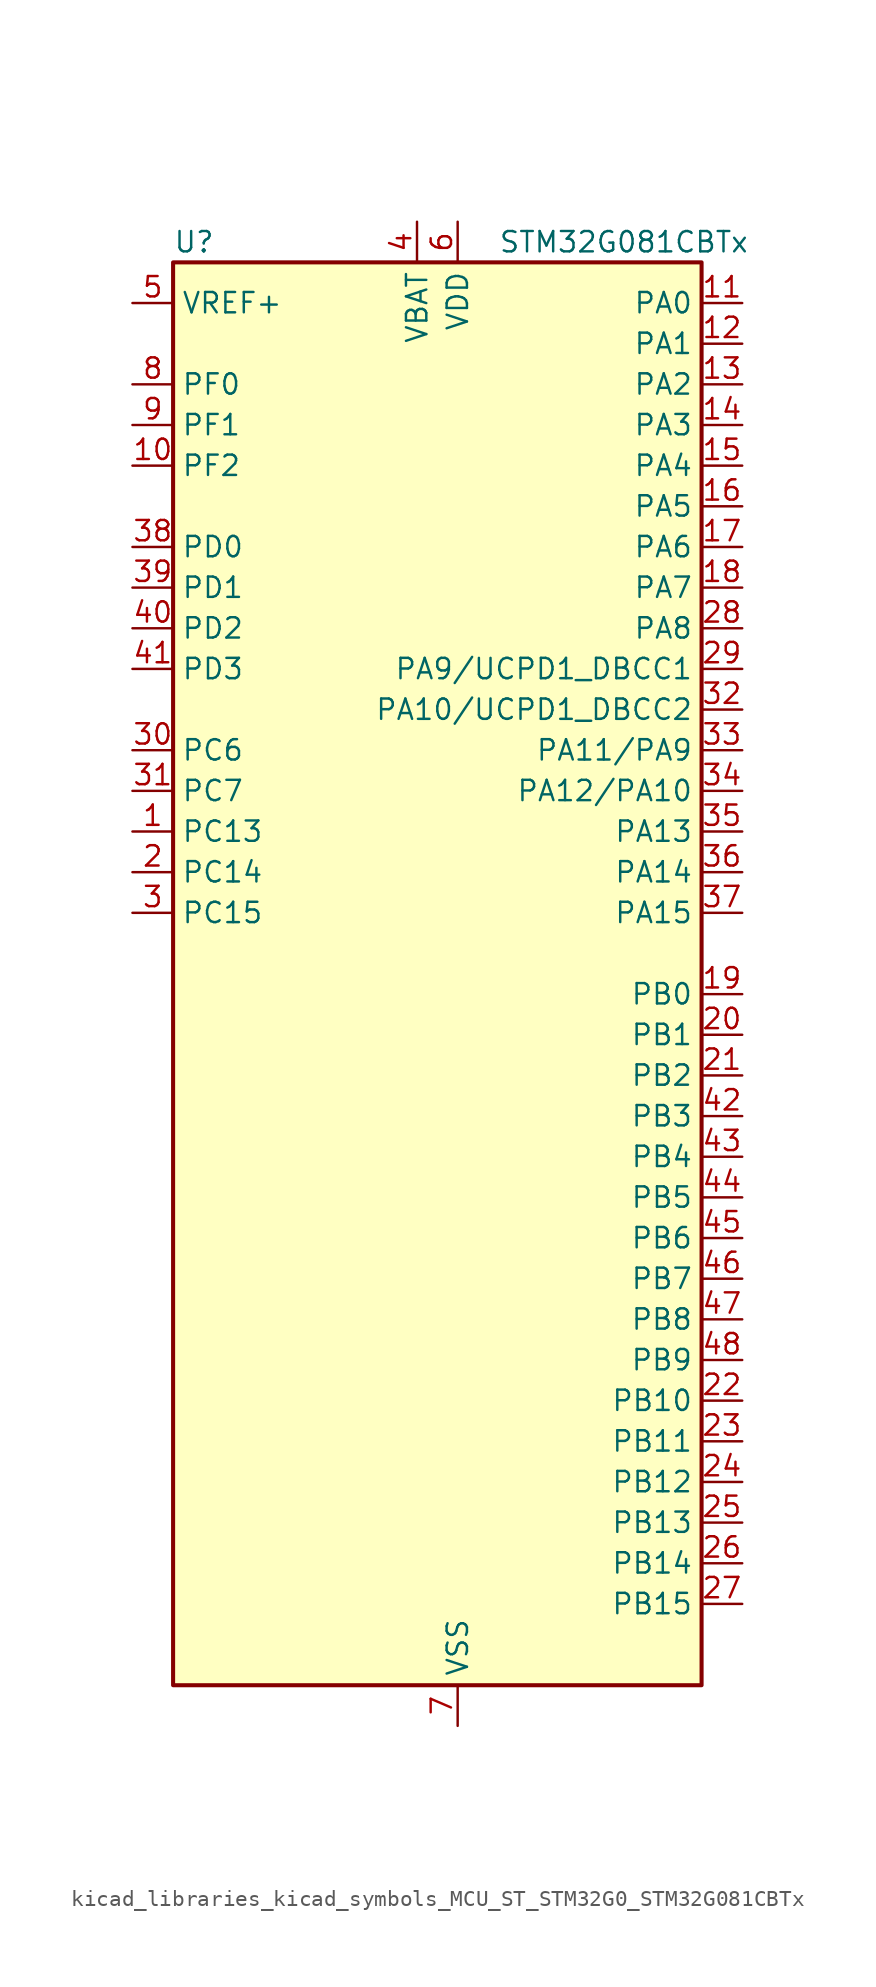
<source format=kicad_sym>
(kicad_symbol_lib
  (version 20220914)
  (generator kicad_symbol_editor)
  (symbol "kicad_libraries_kicad_symbols_MCU_ST_STM32G0_STM32G081CBTx"
    (property "Reference" "U"
      (at -15.24 46.99 0)
      (effects (font (size 1.27 1.27)) (justify left)))
    (property "Value" "STM32G081CBTx"
      (at 5.08 46.99 0)
      (effects (font (size 1.27 1.27)) (justify left)))
    (property "ki_locked" ""
      (at 0 0 0)
      (effects (font (size 1.27 1.27))))
    (symbol "kicad_libraries_kicad_symbols_MCU_ST_STM32G0_STM32G081CBTx_0_1"
      (rectangle (start -15.24 -43.18) (end 17.78 45.72) (stroke (width 0.254) (type default)) (fill (type background))))
    (symbol "kicad_libraries_kicad_symbols_MCU_ST_STM32G0_STM32G081CBTx_1_1"
      (pin bidirectional line (at -17.78 10.16 0) (length 2.54) (name "PC13" (effects (font (size 1.27 1.27)))) (number "1" (effects (font (size 1.27 1.27)))) (alternate "RTC_OUT_ALARM" bidirectional line) (alternate "RTC_OUT_CALIB" bidirectional line) (alternate "RTC_TAMP_IN1" bidirectional line) (alternate "RTC_TS" bidirectional line) (alternate "SYS_WKUP2" bidirectional line) (alternate "TIM1_BK" bidirectional line))
      (pin bidirectional line (at -17.78 33.02 0) (length 2.54) (name "PF2" (effects (font (size 1.27 1.27)))) (number "10" (effects (font (size 1.27 1.27)))) (alternate "RCC_MCO" bidirectional line))
      (pin bidirectional line (at 20.32 43.18 180) (length 2.54) (name "PA0" (effects (font (size 1.27 1.27)))) (number "11" (effects (font (size 1.27 1.27)))) (alternate "ADC1_IN0" bidirectional line) (alternate "COMP1_INM" bidirectional line) (alternate "COMP1_OUT" bidirectional line) (alternate "LPTIM1_OUT" bidirectional line) (alternate "RTC_TAMP_IN2" bidirectional line) (alternate "SPI2_SCK" bidirectional line) (alternate "SYS_WKUP1" bidirectional line) (alternate "TIM2_CH1" bidirectional line) (alternate "TIM2_ETR" bidirectional line) (alternate "UCPD2_FRSTX1" bidirectional line) (alternate "UCPD2_FRSTX2" bidirectional line) (alternate "USART2_CTS" bidirectional line) (alternate "USART2_NSS" bidirectional line) (alternate "USART4_TX" bidirectional line))
      (pin bidirectional line (at 20.32 40.64 180) (length 2.54) (name "PA1" (effects (font (size 1.27 1.27)))) (number "12" (effects (font (size 1.27 1.27)))) (alternate "ADC1_IN1" bidirectional line) (alternate "COMP1_INP" bidirectional line) (alternate "I2C1_SMBA" bidirectional line) (alternate "I2S1_CK" bidirectional line) (alternate "SPI1_SCK" bidirectional line) (alternate "TIM15_CH1N" bidirectional line) (alternate "TIM2_CH2" bidirectional line) (alternate "USART2_CK" bidirectional line) (alternate "USART2_DE" bidirectional line) (alternate "USART2_RTS" bidirectional line) (alternate "USART4_RX" bidirectional line))
      (pin bidirectional line (at 20.32 38.1 180) (length 2.54) (name "PA2" (effects (font (size 1.27 1.27)))) (number "13" (effects (font (size 1.27 1.27)))) (alternate "ADC1_IN2" bidirectional line) (alternate "COMP2_INM" bidirectional line) (alternate "COMP2_OUT" bidirectional line) (alternate "I2S1_SD" bidirectional line) (alternate "LPUART1_TX" bidirectional line) (alternate "RCC_LSCO" bidirectional line) (alternate "SPI1_MOSI" bidirectional line) (alternate "SYS_WKUP4" bidirectional line) (alternate "TIM15_CH1" bidirectional line) (alternate "TIM2_CH3" bidirectional line) (alternate "UCPD1_FRSTX1" bidirectional line) (alternate "UCPD1_FRSTX2" bidirectional line) (alternate "USART2_TX" bidirectional line))
      (pin bidirectional line (at 20.32 35.56 180) (length 2.54) (name "PA3" (effects (font (size 1.27 1.27)))) (number "14" (effects (font (size 1.27 1.27)))) (alternate "ADC1_IN3" bidirectional line) (alternate "COMP2_INP" bidirectional line) (alternate "LPUART1_RX" bidirectional line) (alternate "SPI2_MISO" bidirectional line) (alternate "TIM15_CH2" bidirectional line) (alternate "TIM2_CH4" bidirectional line) (alternate "UCPD2_FRSTX1" bidirectional line) (alternate "UCPD2_FRSTX2" bidirectional line) (alternate "USART2_RX" bidirectional line))
      (pin bidirectional line (at 20.32 33.02 180) (length 2.54) (name "PA4" (effects (font (size 1.27 1.27)))) (number "15" (effects (font (size 1.27 1.27)))) (alternate "ADC1_IN4" bidirectional line) (alternate "DAC1_OUT1" bidirectional line) (alternate "I2S1_WS" bidirectional line) (alternate "LPTIM2_OUT" bidirectional line) (alternate "RTC_OUT_ALARM" bidirectional line) (alternate "RTC_OUT_CALIB" bidirectional line) (alternate "SPI1_NSS" bidirectional line) (alternate "SPI2_MOSI" bidirectional line) (alternate "TIM14_CH1" bidirectional line) (alternate "UCPD2_FRSTX1" bidirectional line) (alternate "UCPD2_FRSTX2" bidirectional line))
      (pin bidirectional line (at 20.32 30.48 180) (length 2.54) (name "PA5" (effects (font (size 1.27 1.27)))) (number "16" (effects (font (size 1.27 1.27)))) (alternate "ADC1_IN5" bidirectional line) (alternate "CEC" bidirectional line) (alternate "DAC1_OUT2" bidirectional line) (alternate "I2S1_CK" bidirectional line) (alternate "LPTIM2_ETR" bidirectional line) (alternate "SPI1_SCK" bidirectional line) (alternate "TIM2_CH1" bidirectional line) (alternate "TIM2_ETR" bidirectional line) (alternate "UCPD1_FRSTX1" bidirectional line) (alternate "UCPD1_FRSTX2" bidirectional line) (alternate "USART3_TX" bidirectional line))
      (pin bidirectional line (at 20.32 27.94 180) (length 2.54) (name "PA6" (effects (font (size 1.27 1.27)))) (number "17" (effects (font (size 1.27 1.27)))) (alternate "ADC1_IN6" bidirectional line) (alternate "COMP1_OUT" bidirectional line) (alternate "I2S1_MCK" bidirectional line) (alternate "LPUART1_CTS" bidirectional line) (alternate "SPI1_MISO" bidirectional line) (alternate "TIM16_CH1" bidirectional line) (alternate "TIM1_BK" bidirectional line) (alternate "TIM3_CH1" bidirectional line) (alternate "USART3_CTS" bidirectional line) (alternate "USART3_NSS" bidirectional line))
      (pin bidirectional line (at 20.32 25.4 180) (length 2.54) (name "PA7" (effects (font (size 1.27 1.27)))) (number "18" (effects (font (size 1.27 1.27)))) (alternate "ADC1_IN7" bidirectional line) (alternate "COMP2_OUT" bidirectional line) (alternate "I2S1_SD" bidirectional line) (alternate "SPI1_MOSI" bidirectional line) (alternate "TIM14_CH1" bidirectional line) (alternate "TIM17_CH1" bidirectional line) (alternate "TIM1_CH1N" bidirectional line) (alternate "TIM3_CH2" bidirectional line) (alternate "UCPD1_FRSTX1" bidirectional line) (alternate "UCPD1_FRSTX2" bidirectional line))
      (pin bidirectional line (at 20.32 0 180) (length 2.54) (name "PB0" (effects (font (size 1.27 1.27)))) (number "19" (effects (font (size 1.27 1.27)))) (alternate "ADC1_IN8" bidirectional line) (alternate "COMP1_OUT" bidirectional line) (alternate "I2S1_WS" bidirectional line) (alternate "LPTIM1_OUT" bidirectional line) (alternate "SPI1_NSS" bidirectional line) (alternate "TIM1_CH2N" bidirectional line) (alternate "TIM3_CH3" bidirectional line) (alternate "UCPD1_FRSTX1" bidirectional line) (alternate "UCPD1_FRSTX2" bidirectional line) (alternate "USART3_RX" bidirectional line))
      (pin bidirectional line (at -17.78 7.62 0) (length 2.54) (name "PC14" (effects (font (size 1.27 1.27)))) (number "2" (effects (font (size 1.27 1.27)))) (alternate "RCC_OSC32_IN" bidirectional line) (alternate "TIM1_BK2" bidirectional line))
      (pin bidirectional line (at 20.32 -2.54 180) (length 2.54) (name "PB1" (effects (font (size 1.27 1.27)))) (number "20" (effects (font (size 1.27 1.27)))) (alternate "ADC1_IN9" bidirectional line) (alternate "COMP1_INM" bidirectional line) (alternate "LPTIM2_IN1" bidirectional line) (alternate "LPUART1_DE" bidirectional line) (alternate "LPUART1_RTS" bidirectional line) (alternate "TIM14_CH1" bidirectional line) (alternate "TIM1_CH3N" bidirectional line) (alternate "TIM3_CH4" bidirectional line) (alternate "USART3_CK" bidirectional line) (alternate "USART3_DE" bidirectional line) (alternate "USART3_RTS" bidirectional line))
      (pin bidirectional line (at 20.32 -5.08 180) (length 2.54) (name "PB2" (effects (font (size 1.27 1.27)))) (number "21" (effects (font (size 1.27 1.27)))) (alternate "ADC1_IN10" bidirectional line) (alternate "COMP1_INP" bidirectional line) (alternate "LPTIM1_OUT" bidirectional line) (alternate "SPI2_MISO" bidirectional line) (alternate "USART3_TX" bidirectional line))
      (pin bidirectional line (at 20.32 -25.4 180) (length 2.54) (name "PB10" (effects (font (size 1.27 1.27)))) (number "22" (effects (font (size 1.27 1.27)))) (alternate "ADC1_IN11" bidirectional line) (alternate "CEC" bidirectional line) (alternate "COMP1_OUT" bidirectional line) (alternate "I2C2_SCL" bidirectional line) (alternate "LPUART1_RX" bidirectional line) (alternate "SPI2_SCK" bidirectional line) (alternate "TIM2_CH3" bidirectional line) (alternate "USART3_TX" bidirectional line))
      (pin bidirectional line (at 20.32 -27.94 180) (length 2.54) (name "PB11" (effects (font (size 1.27 1.27)))) (number "23" (effects (font (size 1.27 1.27)))) (alternate "ADC1_EXTI11" bidirectional line) (alternate "ADC1_IN15" bidirectional line) (alternate "COMP2_OUT" bidirectional line) (alternate "I2C2_SDA" bidirectional line) (alternate "LPUART1_TX" bidirectional line) (alternate "SPI2_MOSI" bidirectional line) (alternate "TIM2_CH4" bidirectional line) (alternate "USART3_RX" bidirectional line))
      (pin bidirectional line (at 20.32 -30.48 180) (length 2.54) (name "PB12" (effects (font (size 1.27 1.27)))) (number "24" (effects (font (size 1.27 1.27)))) (alternate "ADC1_IN16" bidirectional line) (alternate "LPUART1_DE" bidirectional line) (alternate "LPUART1_RTS" bidirectional line) (alternate "SPI2_NSS" bidirectional line) (alternate "TIM15_BK" bidirectional line) (alternate "TIM1_BK" bidirectional line) (alternate "UCPD2_FRSTX1" bidirectional line) (alternate "UCPD2_FRSTX2" bidirectional line))
      (pin bidirectional line (at 20.32 -33.02 180) (length 2.54) (name "PB13" (effects (font (size 1.27 1.27)))) (number "25" (effects (font (size 1.27 1.27)))) (alternate "I2C2_SCL" bidirectional line) (alternate "LPUART1_CTS" bidirectional line) (alternate "SPI2_SCK" bidirectional line) (alternate "TIM15_CH1N" bidirectional line) (alternate "TIM1_CH1N" bidirectional line) (alternate "USART3_CTS" bidirectional line) (alternate "USART3_NSS" bidirectional line))
      (pin bidirectional line (at 20.32 -35.56 180) (length 2.54) (name "PB14" (effects (font (size 1.27 1.27)))) (number "26" (effects (font (size 1.27 1.27)))) (alternate "I2C2_SDA" bidirectional line) (alternate "SPI2_MISO" bidirectional line) (alternate "TIM15_CH1" bidirectional line) (alternate "TIM1_CH2N" bidirectional line) (alternate "UCPD1_FRSTX1" bidirectional line) (alternate "UCPD1_FRSTX2" bidirectional line) (alternate "USART3_CK" bidirectional line) (alternate "USART3_DE" bidirectional line) (alternate "USART3_RTS" bidirectional line))
      (pin bidirectional line (at 20.32 -38.1 180) (length 2.54) (name "PB15" (effects (font (size 1.27 1.27)))) (number "27" (effects (font (size 1.27 1.27)))) (alternate "RTC_REFIN" bidirectional line) (alternate "SPI2_MOSI" bidirectional line) (alternate "TIM15_CH1N" bidirectional line) (alternate "TIM15_CH2" bidirectional line) (alternate "TIM1_CH3N" bidirectional line) (alternate "UCPD1_CC2" bidirectional line))
      (pin bidirectional line (at 20.32 22.86 180) (length 2.54) (name "PA8" (effects (font (size 1.27 1.27)))) (number "28" (effects (font (size 1.27 1.27)))) (alternate "LPTIM2_OUT" bidirectional line) (alternate "RCC_MCO" bidirectional line) (alternate "SPI2_NSS" bidirectional line) (alternate "TIM1_CH1" bidirectional line) (alternate "UCPD1_CC1" bidirectional line))
      (pin bidirectional line (at 20.32 20.32 180) (length 2.54) (name "PA9/UCPD1_DBCC1" (effects (font (size 1.27 1.27)))) (number "29" (effects (font (size 1.27 1.27)))) (alternate "DAC1_EXTI9" bidirectional line) (alternate "I2C1_SCL" bidirectional line) (alternate "RCC_MCO" bidirectional line) (alternate "SPI2_MISO" bidirectional line) (alternate "TIM15_BK" bidirectional line) (alternate "TIM1_CH2" bidirectional line) (alternate "UCPD1_DBCC1" bidirectional line) (alternate "USART1_TX" bidirectional line))
      (pin bidirectional line (at -17.78 5.08 0) (length 2.54) (name "PC15" (effects (font (size 1.27 1.27)))) (number "3" (effects (font (size 1.27 1.27)))) (alternate "RCC_OSC32_EN" bidirectional line) (alternate "RCC_OSC32_OUT" bidirectional line) (alternate "RCC_OSC_EN" bidirectional line) (alternate "TIM15_BK" bidirectional line))
      (pin bidirectional line (at -17.78 15.24 0) (length 2.54) (name "PC6" (effects (font (size 1.27 1.27)))) (number "30" (effects (font (size 1.27 1.27)))) (alternate "TIM2_CH3" bidirectional line) (alternate "TIM3_CH1" bidirectional line) (alternate "UCPD1_FRSTX1" bidirectional line) (alternate "UCPD1_FRSTX2" bidirectional line))
      (pin bidirectional line (at -17.78 12.7 0) (length 2.54) (name "PC7" (effects (font (size 1.27 1.27)))) (number "31" (effects (font (size 1.27 1.27)))) (alternate "TIM2_CH4" bidirectional line) (alternate "TIM3_CH2" bidirectional line) (alternate "UCPD2_FRSTX1" bidirectional line) (alternate "UCPD2_FRSTX2" bidirectional line))
      (pin bidirectional line (at 20.32 17.78 180) (length 2.54) (name "PA10/UCPD1_DBCC2" (effects (font (size 1.27 1.27)))) (number "32" (effects (font (size 1.27 1.27)))) (alternate "I2C1_SDA" bidirectional line) (alternate "SPI2_MOSI" bidirectional line) (alternate "TIM17_BK" bidirectional line) (alternate "TIM1_CH3" bidirectional line) (alternate "UCPD1_DBCC2" bidirectional line) (alternate "USART1_RX" bidirectional line))
      (pin bidirectional line (at 20.32 15.24 180) (length 2.54) (name "PA11/PA9" (effects (font (size 1.27 1.27)))) (number "33" (effects (font (size 1.27 1.27)))) (alternate "ADC1_EXTI11" bidirectional line) (alternate "COMP1_OUT" bidirectional line) (alternate "I2C2_SCL" bidirectional line) (alternate "I2S1_MCK" bidirectional line) (alternate "SPI1_MISO" bidirectional line) (alternate "TIM1_BK2" bidirectional line) (alternate "TIM1_CH4" bidirectional line) (alternate "USART1_CTS" bidirectional line) (alternate "USART1_NSS" bidirectional line))
      (pin bidirectional line (at 20.32 12.7 180) (length 2.54) (name "PA12/PA10" (effects (font (size 1.27 1.27)))) (number "34" (effects (font (size 1.27 1.27)))) (alternate "COMP2_OUT" bidirectional line) (alternate "I2C2_SDA" bidirectional line) (alternate "I2S1_SD" bidirectional line) (alternate "I2S_CKIN" bidirectional line) (alternate "SPI1_MOSI" bidirectional line) (alternate "TIM1_ETR" bidirectional line) (alternate "USART1_CK" bidirectional line) (alternate "USART1_DE" bidirectional line) (alternate "USART1_RTS" bidirectional line))
      (pin bidirectional line (at 20.32 10.16 180) (length 2.54) (name "PA13" (effects (font (size 1.27 1.27)))) (number "35" (effects (font (size 1.27 1.27)))) (alternate "IR_OUT" bidirectional line) (alternate "SYS_SWDIO" bidirectional line))
      (pin bidirectional line (at 20.32 7.62 180) (length 2.54) (name "PA14" (effects (font (size 1.27 1.27)))) (number "36" (effects (font (size 1.27 1.27)))) (alternate "SYS_SWCLK" bidirectional line) (alternate "USART2_TX" bidirectional line))
      (pin bidirectional line (at 20.32 5.08 180) (length 2.54) (name "PA15" (effects (font (size 1.27 1.27)))) (number "37" (effects (font (size 1.27 1.27)))) (alternate "I2S1_WS" bidirectional line) (alternate "SPI1_NSS" bidirectional line) (alternate "TIM2_CH1" bidirectional line) (alternate "TIM2_ETR" bidirectional line) (alternate "USART2_RX" bidirectional line) (alternate "USART3_CK" bidirectional line) (alternate "USART3_DE" bidirectional line) (alternate "USART3_RTS" bidirectional line) (alternate "USART4_CK" bidirectional line) (alternate "USART4_DE" bidirectional line) (alternate "USART4_RTS" bidirectional line))
      (pin bidirectional line (at -17.78 27.94 0) (length 2.54) (name "PD0" (effects (font (size 1.27 1.27)))) (number "38" (effects (font (size 1.27 1.27)))) (alternate "SPI2_NSS" bidirectional line) (alternate "TIM16_CH1" bidirectional line) (alternate "UCPD2_CC1" bidirectional line))
      (pin bidirectional line (at -17.78 25.4 0) (length 2.54) (name "PD1" (effects (font (size 1.27 1.27)))) (number "39" (effects (font (size 1.27 1.27)))) (alternate "SPI2_SCK" bidirectional line) (alternate "TIM17_CH1" bidirectional line) (alternate "UCPD2_DBCC1" bidirectional line))
      (pin power_in line (at 0 48.26 270) (length 2.54) (name "VBAT" (effects (font (size 1.27 1.27)))) (number "4" (effects (font (size 1.27 1.27)))))
      (pin bidirectional line (at -17.78 22.86 0) (length 2.54) (name "PD2" (effects (font (size 1.27 1.27)))) (number "40" (effects (font (size 1.27 1.27)))) (alternate "TIM1_CH1N" bidirectional line) (alternate "TIM3_ETR" bidirectional line) (alternate "UCPD2_CC2" bidirectional line) (alternate "USART3_CK" bidirectional line) (alternate "USART3_DE" bidirectional line) (alternate "USART3_RTS" bidirectional line))
      (pin bidirectional line (at -17.78 20.32 0) (length 2.54) (name "PD3" (effects (font (size 1.27 1.27)))) (number "41" (effects (font (size 1.27 1.27)))) (alternate "SPI2_MISO" bidirectional line) (alternate "TIM1_CH2N" bidirectional line) (alternate "UCPD2_DBCC2" bidirectional line) (alternate "USART2_CTS" bidirectional line) (alternate "USART2_NSS" bidirectional line))
      (pin bidirectional line (at 20.32 -7.62 180) (length 2.54) (name "PB3" (effects (font (size 1.27 1.27)))) (number "42" (effects (font (size 1.27 1.27)))) (alternate "COMP2_INM" bidirectional line) (alternate "I2S1_CK" bidirectional line) (alternate "SPI1_SCK" bidirectional line) (alternate "TIM1_CH2" bidirectional line) (alternate "TIM2_CH2" bidirectional line) (alternate "USART1_CK" bidirectional line) (alternate "USART1_DE" bidirectional line) (alternate "USART1_RTS" bidirectional line))
      (pin bidirectional line (at 20.32 -10.16 180) (length 2.54) (name "PB4" (effects (font (size 1.27 1.27)))) (number "43" (effects (font (size 1.27 1.27)))) (alternate "COMP2_INP" bidirectional line) (alternate "I2S1_MCK" bidirectional line) (alternate "SPI1_MISO" bidirectional line) (alternate "TIM17_BK" bidirectional line) (alternate "TIM3_CH1" bidirectional line) (alternate "USART1_CTS" bidirectional line) (alternate "USART1_NSS" bidirectional line))
      (pin bidirectional line (at 20.32 -12.7 180) (length 2.54) (name "PB5" (effects (font (size 1.27 1.27)))) (number "44" (effects (font (size 1.27 1.27)))) (alternate "COMP2_OUT" bidirectional line) (alternate "I2C1_SMBA" bidirectional line) (alternate "I2S1_SD" bidirectional line) (alternate "LPTIM1_IN1" bidirectional line) (alternate "SPI1_MOSI" bidirectional line) (alternate "SYS_WKUP6" bidirectional line) (alternate "TIM16_BK" bidirectional line) (alternate "TIM3_CH2" bidirectional line))
      (pin bidirectional line (at 20.32 -15.24 180) (length 2.54) (name "PB6" (effects (font (size 1.27 1.27)))) (number "45" (effects (font (size 1.27 1.27)))) (alternate "COMP2_INP" bidirectional line) (alternate "I2C1_SCL" bidirectional line) (alternate "LPTIM1_ETR" bidirectional line) (alternate "SPI2_MISO" bidirectional line) (alternate "TIM16_CH1N" bidirectional line) (alternate "TIM1_CH3" bidirectional line) (alternate "USART1_TX" bidirectional line))
      (pin bidirectional line (at 20.32 -17.78 180) (length 2.54) (name "PB7" (effects (font (size 1.27 1.27)))) (number "46" (effects (font (size 1.27 1.27)))) (alternate "COMP2_INM" bidirectional line) (alternate "I2C1_SDA" bidirectional line) (alternate "LPTIM1_IN2" bidirectional line) (alternate "SPI2_MOSI" bidirectional line) (alternate "SYS_PVD_IN" bidirectional line) (alternate "TIM17_CH1N" bidirectional line) (alternate "USART1_RX" bidirectional line) (alternate "USART4_CTS" bidirectional line) (alternate "USART4_NSS" bidirectional line))
      (pin bidirectional line (at 20.32 -20.32 180) (length 2.54) (name "PB8" (effects (font (size 1.27 1.27)))) (number "47" (effects (font (size 1.27 1.27)))) (alternate "CEC" bidirectional line) (alternate "I2C1_SCL" bidirectional line) (alternate "SPI2_SCK" bidirectional line) (alternate "TIM15_BK" bidirectional line) (alternate "TIM16_CH1" bidirectional line) (alternate "USART3_TX" bidirectional line))
      (pin bidirectional line (at 20.32 -22.86 180) (length 2.54) (name "PB9" (effects (font (size 1.27 1.27)))) (number "48" (effects (font (size 1.27 1.27)))) (alternate "DAC1_EXTI9" bidirectional line) (alternate "I2C1_SDA" bidirectional line) (alternate "IR_OUT" bidirectional line) (alternate "SPI2_NSS" bidirectional line) (alternate "TIM17_CH1" bidirectional line) (alternate "UCPD2_FRSTX1" bidirectional line) (alternate "UCPD2_FRSTX2" bidirectional line) (alternate "USART3_RX" bidirectional line))
      (pin input line (at -17.78 43.18 0) (length 2.54) (name "VREF+" (effects (font (size 1.27 1.27)))) (number "5" (effects (font (size 1.27 1.27)))) (alternate "VREFBUF_OUT" bidirectional line))
      (pin power_in line (at 2.54 48.26 270) (length 2.54) (name "VDD" (effects (font (size 1.27 1.27)))) (number "6" (effects (font (size 1.27 1.27)))))
      (pin power_in line (at 2.54 -45.72 90) (length 2.54) (name "VSS" (effects (font (size 1.27 1.27)))) (number "7" (effects (font (size 1.27 1.27)))))
      (pin bidirectional line (at -17.78 38.1 0) (length 2.54) (name "PF0" (effects (font (size 1.27 1.27)))) (number "8" (effects (font (size 1.27 1.27)))) (alternate "RCC_OSC_IN" bidirectional line) (alternate "TIM14_CH1" bidirectional line))
      (pin bidirectional line (at -17.78 35.56 0) (length 2.54) (name "PF1" (effects (font (size 1.27 1.27)))) (number "9" (effects (font (size 1.27 1.27)))) (alternate "RCC_OSC_EN" bidirectional line) (alternate "RCC_OSC_OUT" bidirectional line) (alternate "TIM15_CH1N" bidirectional line)))))
</source>
